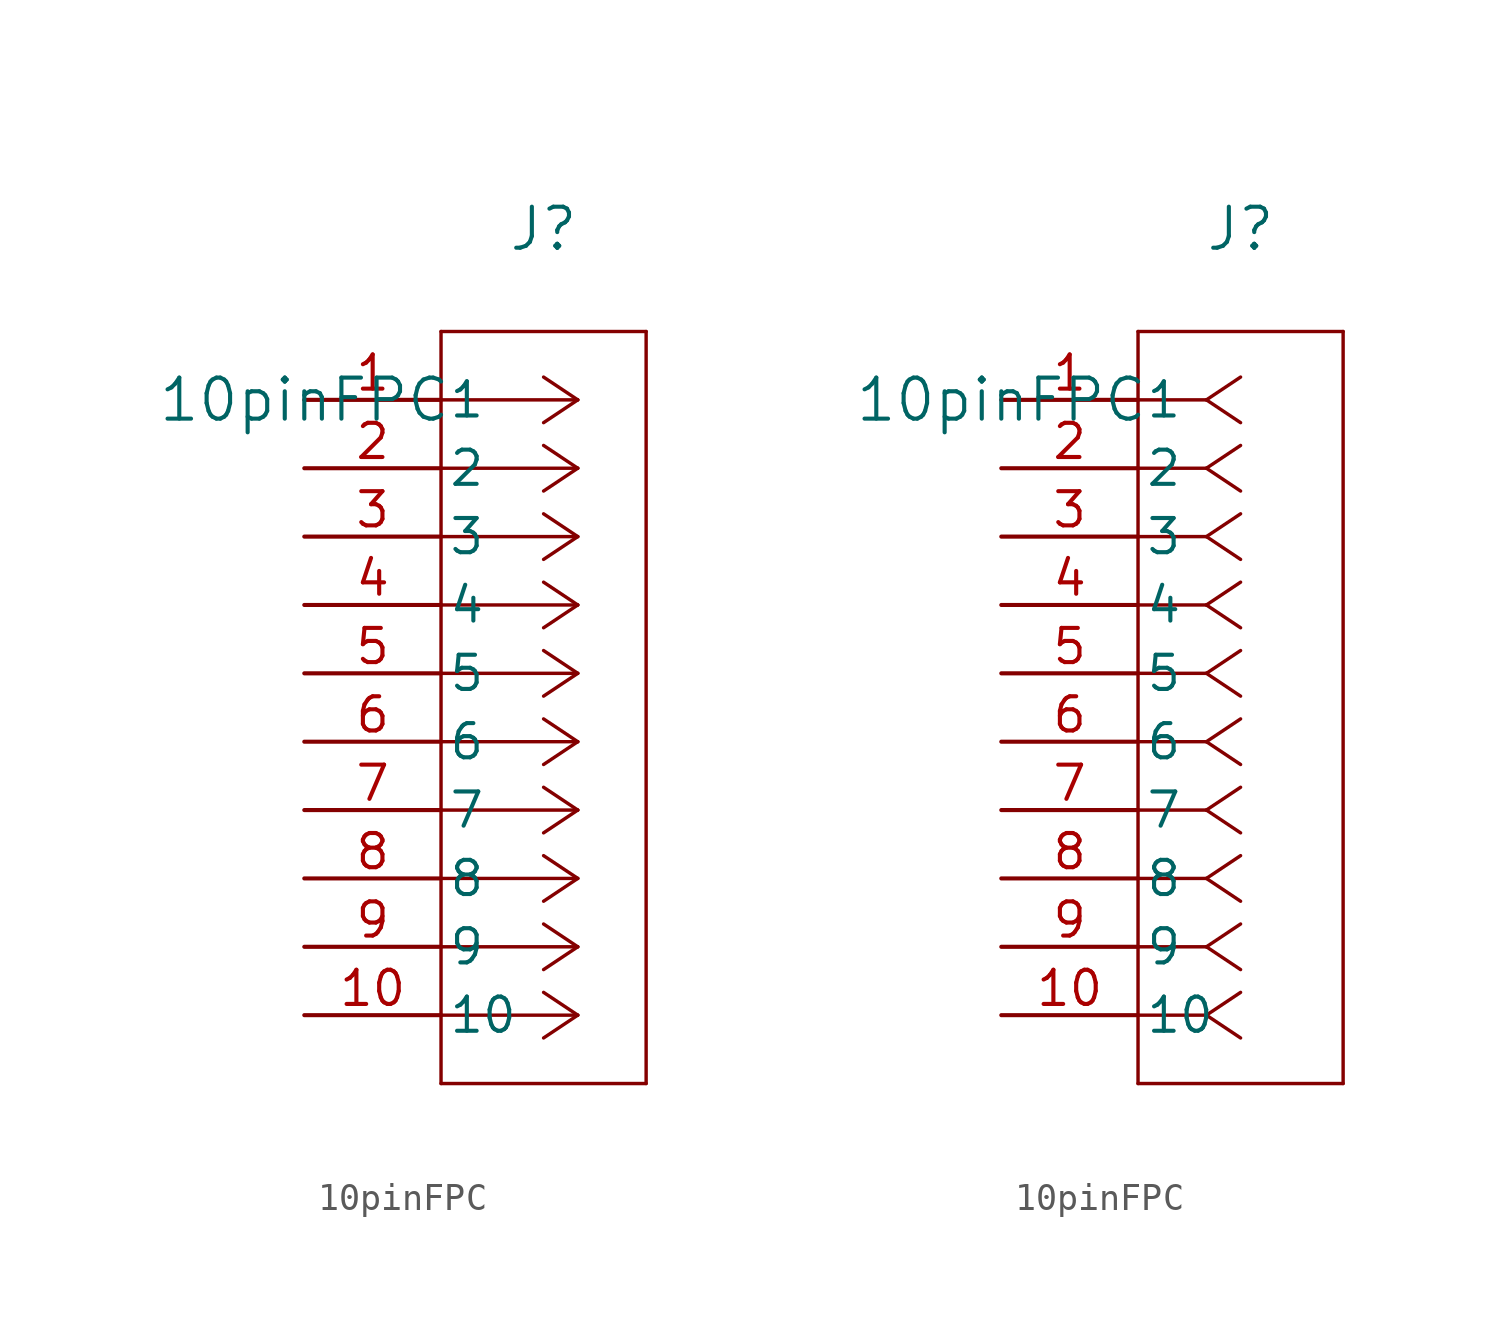
<source format=kicad_sym>
(kicad_symbol_lib
  (version 20211014)
  (generator kicad_symbol_editor)
  (symbol "10pinFPC"
    (pin_names
      (offset 0.254))
    (property "Reference" "J"
      (at 8.89 6.35 0)
      (effects (font (size 1.524 1.524))))
    (property "Value" "10pinFPC"
      (at 0 0 0)
      (effects (font (size 1.524 1.524))))
    (symbol "10pinFPC_1_1"
      (polyline (pts (xy 5.08 -25.4) (xy 12.7 -25.4)) (stroke (width 0.127) (type default) (color 0 0 0 0)) (fill (type none)))
      (polyline (pts (xy 5.08 2.54) (xy 5.08 -25.4)) (stroke (width 0.127) (type default) (color 0 0 0 0)) (fill (type none)))
      (polyline (pts (xy 10.16 -22.86) (xy 5.08 -22.86)) (stroke (width 0.127) (type default) (color 0 0 0 0)) (fill (type none)))
      (polyline (pts (xy 10.16 -22.86) (xy 8.89 -23.707)) (stroke (width 0.127) (type default) (color 0 0 0 0)) (fill (type none)))
      (polyline (pts (xy 10.16 -22.86) (xy 8.89 -22.013)) (stroke (width 0.127) (type default) (color 0 0 0 0)) (fill (type none)))
      (polyline (pts (xy 10.16 -20.32) (xy 5.08 -20.32)) (stroke (width 0.127) (type default) (color 0 0 0 0)) (fill (type none)))
      (polyline (pts (xy 10.16 -20.32) (xy 8.89 -21.167)) (stroke (width 0.127) (type default) (color 0 0 0 0)) (fill (type none)))
      (polyline (pts (xy 10.16 -20.32) (xy 8.89 -19.473)) (stroke (width 0.127) (type default) (color 0 0 0 0)) (fill (type none)))
      (polyline (pts (xy 10.16 -17.78) (xy 5.08 -17.78)) (stroke (width 0.127) (type default) (color 0 0 0 0)) (fill (type none)))
      (polyline (pts (xy 10.16 -17.78) (xy 8.89 -18.627)) (stroke (width 0.127) (type default) (color 0 0 0 0)) (fill (type none)))
      (polyline (pts (xy 10.16 -17.78) (xy 8.89 -16.933)) (stroke (width 0.127) (type default) (color 0 0 0 0)) (fill (type none)))
      (polyline (pts (xy 10.16 -15.24) (xy 5.08 -15.24)) (stroke (width 0.127) (type default) (color 0 0 0 0)) (fill (type none)))
      (polyline (pts (xy 10.16 -15.24) (xy 8.89 -16.087)) (stroke (width 0.127) (type default) (color 0 0 0 0)) (fill (type none)))
      (polyline (pts (xy 10.16 -15.24) (xy 8.89 -14.393)) (stroke (width 0.127) (type default) (color 0 0 0 0)) (fill (type none)))
      (polyline (pts (xy 10.16 -12.7) (xy 5.08 -12.7)) (stroke (width 0.127) (type default) (color 0 0 0 0)) (fill (type none)))
      (polyline (pts (xy 10.16 -12.7) (xy 8.89 -13.547)) (stroke (width 0.127) (type default) (color 0 0 0 0)) (fill (type none)))
      (polyline (pts (xy 10.16 -12.7) (xy 8.89 -11.853)) (stroke (width 0.127) (type default) (color 0 0 0 0)) (fill (type none)))
      (polyline (pts (xy 10.16 -10.16) (xy 5.08 -10.16)) (stroke (width 0.127) (type default) (color 0 0 0 0)) (fill (type none)))
      (polyline (pts (xy 10.16 -10.16) (xy 8.89 -11.007)) (stroke (width 0.127) (type default) (color 0 0 0 0)) (fill (type none)))
      (polyline (pts (xy 10.16 -10.16) (xy 8.89 -9.313)) (stroke (width 0.127) (type default) (color 0 0 0 0)) (fill (type none)))
      (polyline (pts (xy 10.16 -7.62) (xy 5.08 -7.62)) (stroke (width 0.127) (type default) (color 0 0 0 0)) (fill (type none)))
      (polyline (pts (xy 10.16 -7.62) (xy 8.89 -8.467)) (stroke (width 0.127) (type default) (color 0 0 0 0)) (fill (type none)))
      (polyline (pts (xy 10.16 -7.62) (xy 8.89 -6.773)) (stroke (width 0.127) (type default) (color 0 0 0 0)) (fill (type none)))
      (polyline (pts (xy 10.16 -5.08) (xy 5.08 -5.08)) (stroke (width 0.127) (type default) (color 0 0 0 0)) (fill (type none)))
      (polyline (pts (xy 10.16 -5.08) (xy 8.89 -5.927)) (stroke (width 0.127) (type default) (color 0 0 0 0)) (fill (type none)))
      (polyline (pts (xy 10.16 -5.08) (xy 8.89 -4.233)) (stroke (width 0.127) (type default) (color 0 0 0 0)) (fill (type none)))
      (polyline (pts (xy 10.16 -2.54) (xy 5.08 -2.54)) (stroke (width 0.127) (type default) (color 0 0 0 0)) (fill (type none)))
      (polyline (pts (xy 10.16 -2.54) (xy 8.89 -3.387)) (stroke (width 0.127) (type default) (color 0 0 0 0)) (fill (type none)))
      (polyline (pts (xy 10.16 -2.54) (xy 8.89 -1.693)) (stroke (width 0.127) (type default) (color 0 0 0 0)) (fill (type none)))
      (polyline (pts (xy 10.16 0) (xy 5.08 0)) (stroke (width 0.127) (type default) (color 0 0 0 0)) (fill (type none)))
      (polyline (pts (xy 10.16 0) (xy 8.89 -0.847)) (stroke (width 0.127) (type default) (color 0 0 0 0)) (fill (type none)))
      (polyline (pts (xy 10.16 0) (xy 8.89 0.847)) (stroke (width 0.127) (type default) (color 0 0 0 0)) (fill (type none)))
      (polyline (pts (xy 12.7 -25.4) (xy 12.7 2.54)) (stroke (width 0.127) (type default) (color 0 0 0 0)) (fill (type none)))
      (polyline (pts (xy 12.7 2.54) (xy 5.08 2.54)) (stroke (width 0.127) (type default) (color 0 0 0 0)) (fill (type none)))
      (pin unspecified line (at 0 0 0) (length 5.08) (name "1" (effects (font (size 1.27 1.27)))) (number "1" (effects (font (size 1.27 1.27)))))
      (pin unspecified line (at 0 -22.86 0) (length 5.08) (name "10" (effects (font (size 1.27 1.27)))) (number "10" (effects (font (size 1.27 1.27)))))
      (pin unspecified line (at 0 -2.54 0) (length 5.08) (name "2" (effects (font (size 1.27 1.27)))) (number "2" (effects (font (size 1.27 1.27)))))
      (pin unspecified line (at 0 -5.08 0) (length 5.08) (name "3" (effects (font (size 1.27 1.27)))) (number "3" (effects (font (size 1.27 1.27)))))
      (pin unspecified line (at 0 -7.62 0) (length 5.08) (name "4" (effects (font (size 1.27 1.27)))) (number "4" (effects (font (size 1.27 1.27)))))
      (pin unspecified line (at 0 -10.16 0) (length 5.08) (name "5" (effects (font (size 1.27 1.27)))) (number "5" (effects (font (size 1.27 1.27)))))
      (pin unspecified line (at 0 -12.7 0) (length 5.08) (name "6" (effects (font (size 1.27 1.27)))) (number "6" (effects (font (size 1.27 1.27)))))
      (pin unspecified line (at 0 -15.24 0) (length 5.08) (name "7" (effects (font (size 1.27 1.27)))) (number "7" (effects (font (size 1.27 1.27)))))
      (pin unspecified line (at 0 -17.78 0) (length 5.08) (name "8" (effects (font (size 1.27 1.27)))) (number "8" (effects (font (size 1.27 1.27)))))
      (pin unspecified line (at 0 -20.32 0) (length 5.08) (name "9" (effects (font (size 1.27 1.27)))) (number "9" (effects (font (size 1.27 1.27))))))
    (symbol "10pinFPC_1_2"
      (polyline (pts (xy 5.08 -25.4) (xy 12.7 -25.4)) (stroke (width 0.127) (type default) (color 0 0 0 0)) (fill (type none)))
      (polyline (pts (xy 5.08 2.54) (xy 5.08 -25.4)) (stroke (width 0.127) (type default) (color 0 0 0 0)) (fill (type none)))
      (polyline (pts (xy 7.62 -22.86) (xy 5.08 -22.86)) (stroke (width 0.127) (type default) (color 0 0 0 0)) (fill (type none)))
      (polyline (pts (xy 7.62 -22.86) (xy 8.89 -23.707)) (stroke (width 0.127) (type default) (color 0 0 0 0)) (fill (type none)))
      (polyline (pts (xy 7.62 -22.86) (xy 8.89 -22.013)) (stroke (width 0.127) (type default) (color 0 0 0 0)) (fill (type none)))
      (polyline (pts (xy 7.62 -20.32) (xy 5.08 -20.32)) (stroke (width 0.127) (type default) (color 0 0 0 0)) (fill (type none)))
      (polyline (pts (xy 7.62 -20.32) (xy 8.89 -21.167)) (stroke (width 0.127) (type default) (color 0 0 0 0)) (fill (type none)))
      (polyline (pts (xy 7.62 -20.32) (xy 8.89 -19.473)) (stroke (width 0.127) (type default) (color 0 0 0 0)) (fill (type none)))
      (polyline (pts (xy 7.62 -17.78) (xy 5.08 -17.78)) (stroke (width 0.127) (type default) (color 0 0 0 0)) (fill (type none)))
      (polyline (pts (xy 7.62 -17.78) (xy 8.89 -18.627)) (stroke (width 0.127) (type default) (color 0 0 0 0)) (fill (type none)))
      (polyline (pts (xy 7.62 -17.78) (xy 8.89 -16.933)) (stroke (width 0.127) (type default) (color 0 0 0 0)) (fill (type none)))
      (polyline (pts (xy 7.62 -15.24) (xy 5.08 -15.24)) (stroke (width 0.127) (type default) (color 0 0 0 0)) (fill (type none)))
      (polyline (pts (xy 7.62 -15.24) (xy 8.89 -16.087)) (stroke (width 0.127) (type default) (color 0 0 0 0)) (fill (type none)))
      (polyline (pts (xy 7.62 -15.24) (xy 8.89 -14.393)) (stroke (width 0.127) (type default) (color 0 0 0 0)) (fill (type none)))
      (polyline (pts (xy 7.62 -12.7) (xy 5.08 -12.7)) (stroke (width 0.127) (type default) (color 0 0 0 0)) (fill (type none)))
      (polyline (pts (xy 7.62 -12.7) (xy 8.89 -13.547)) (stroke (width 0.127) (type default) (color 0 0 0 0)) (fill (type none)))
      (polyline (pts (xy 7.62 -12.7) (xy 8.89 -11.853)) (stroke (width 0.127) (type default) (color 0 0 0 0)) (fill (type none)))
      (polyline (pts (xy 7.62 -10.16) (xy 5.08 -10.16)) (stroke (width 0.127) (type default) (color 0 0 0 0)) (fill (type none)))
      (polyline (pts (xy 7.62 -10.16) (xy 8.89 -11.007)) (stroke (width 0.127) (type default) (color 0 0 0 0)) (fill (type none)))
      (polyline (pts (xy 7.62 -10.16) (xy 8.89 -9.313)) (stroke (width 0.127) (type default) (color 0 0 0 0)) (fill (type none)))
      (polyline (pts (xy 7.62 -7.62) (xy 5.08 -7.62)) (stroke (width 0.127) (type default) (color 0 0 0 0)) (fill (type none)))
      (polyline (pts (xy 7.62 -7.62) (xy 8.89 -8.467)) (stroke (width 0.127) (type default) (color 0 0 0 0)) (fill (type none)))
      (polyline (pts (xy 7.62 -7.62) (xy 8.89 -6.773)) (stroke (width 0.127) (type default) (color 0 0 0 0)) (fill (type none)))
      (polyline (pts (xy 7.62 -5.08) (xy 5.08 -5.08)) (stroke (width 0.127) (type default) (color 0 0 0 0)) (fill (type none)))
      (polyline (pts (xy 7.62 -5.08) (xy 8.89 -5.927)) (stroke (width 0.127) (type default) (color 0 0 0 0)) (fill (type none)))
      (polyline (pts (xy 7.62 -5.08) (xy 8.89 -4.233)) (stroke (width 0.127) (type default) (color 0 0 0 0)) (fill (type none)))
      (polyline (pts (xy 7.62 -2.54) (xy 5.08 -2.54)) (stroke (width 0.127) (type default) (color 0 0 0 0)) (fill (type none)))
      (polyline (pts (xy 7.62 -2.54) (xy 8.89 -3.387)) (stroke (width 0.127) (type default) (color 0 0 0 0)) (fill (type none)))
      (polyline (pts (xy 7.62 -2.54) (xy 8.89 -1.693)) (stroke (width 0.127) (type default) (color 0 0 0 0)) (fill (type none)))
      (polyline (pts (xy 7.62 0) (xy 5.08 0)) (stroke (width 0.127) (type default) (color 0 0 0 0)) (fill (type none)))
      (polyline (pts (xy 7.62 0) (xy 8.89 -0.847)) (stroke (width 0.127) (type default) (color 0 0 0 0)) (fill (type none)))
      (polyline (pts (xy 7.62 0) (xy 8.89 0.847)) (stroke (width 0.127) (type default) (color 0 0 0 0)) (fill (type none)))
      (polyline (pts (xy 12.7 -25.4) (xy 12.7 2.54)) (stroke (width 0.127) (type default) (color 0 0 0 0)) (fill (type none)))
      (polyline (pts (xy 12.7 2.54) (xy 5.08 2.54)) (stroke (width 0.127) (type default) (color 0 0 0 0)) (fill (type none)))
      (pin unspecified line (at 0 0 0) (length 5.08) (name "1" (effects (font (size 1.27 1.27)))) (number "1" (effects (font (size 1.27 1.27)))))
      (pin unspecified line (at 0 -22.86 0) (length 5.08) (name "10" (effects (font (size 1.27 1.27)))) (number "10" (effects (font (size 1.27 1.27)))))
      (pin unspecified line (at 0 -2.54 0) (length 5.08) (name "2" (effects (font (size 1.27 1.27)))) (number "2" (effects (font (size 1.27 1.27)))))
      (pin unspecified line (at 0 -5.08 0) (length 5.08) (name "3" (effects (font (size 1.27 1.27)))) (number "3" (effects (font (size 1.27 1.27)))))
      (pin unspecified line (at 0 -7.62 0) (length 5.08) (name "4" (effects (font (size 1.27 1.27)))) (number "4" (effects (font (size 1.27 1.27)))))
      (pin unspecified line (at 0 -10.16 0) (length 5.08) (name "5" (effects (font (size 1.27 1.27)))) (number "5" (effects (font (size 1.27 1.27)))))
      (pin unspecified line (at 0 -12.7 0) (length 5.08) (name "6" (effects (font (size 1.27 1.27)))) (number "6" (effects (font (size 1.27 1.27)))))
      (pin unspecified line (at 0 -15.24 0) (length 5.08) (name "7" (effects (font (size 1.27 1.27)))) (number "7" (effects (font (size 1.27 1.27)))))
      (pin unspecified line (at 0 -17.78 0) (length 5.08) (name "8" (effects (font (size 1.27 1.27)))) (number "8" (effects (font (size 1.27 1.27)))))
      (pin unspecified line (at 0 -20.32 0) (length 5.08) (name "9" (effects (font (size 1.27 1.27)))) (number "9" (effects (font (size 1.27 1.27))))))))
</source>
